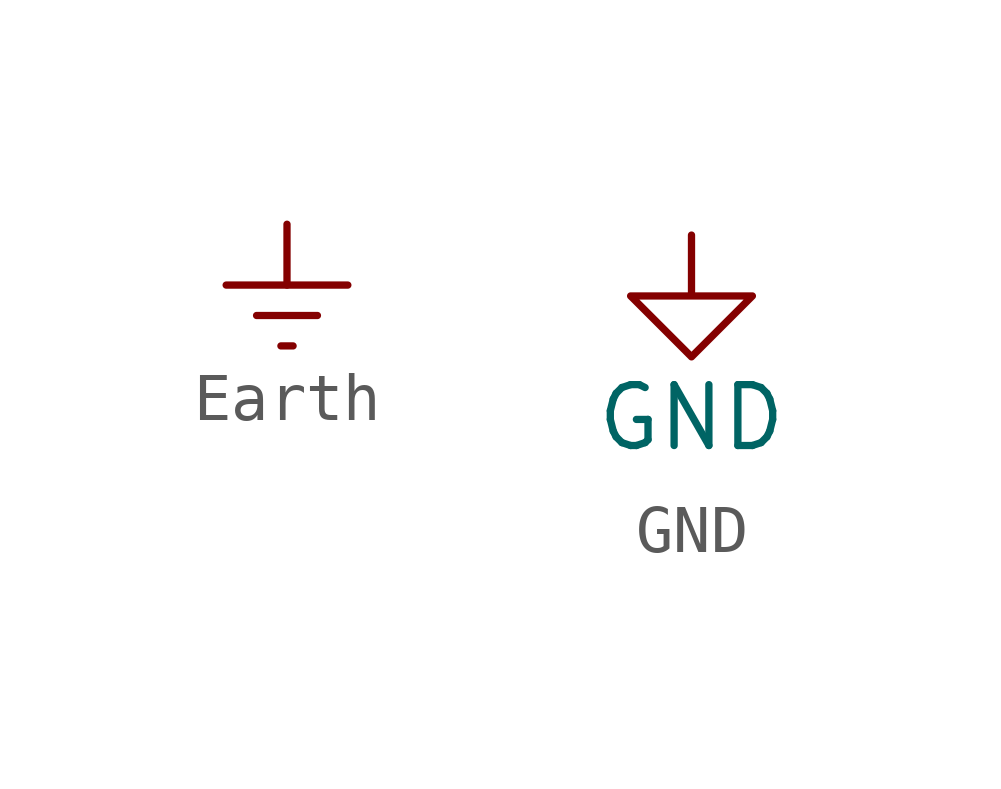
<source format=kicad_sym>
(kicad_symbol_lib
  (version 20211014)
  (generator kicad_symbol_editor)
  (symbol "Earth"
    (power)
    (pin_numbers hide)
    (pin_names
      (offset 0) hide)
    (property "Reference" "#PWR"
      (at 0 -6.35 0)
      (effects (font (size 1.27 1.27)) hide))
    (symbol "Earth_0_1"
      (polyline (pts (xy -0.635 -1.905) (xy 0.635 -1.905)) (stroke (width 0) (type default) (color 0 0 0 0)) (fill (type none)))
      (polyline (pts (xy -0.127 -2.54) (xy 0.127 -2.54)) (stroke (width 0) (type default) (color 0 0 0 0)) (fill (type none)))
      (polyline (pts (xy 0 -1.27) (xy 0 0)) (stroke (width 0) (type default) (color 0 0 0 0)) (fill (type none)))
      (polyline (pts (xy 1.27 -1.27) (xy -1.27 -1.27)) (stroke (width 0) (type default) (color 0 0 0 0)) (fill (type none))))
    (symbol "Earth_1_1"
      (pin power_in line (at 0 0 270) (length 0) hide (name "Earth" (effects (font (size 1.27 1.27)))) (number "1" (effects (font (size 1.27 1.27)))))))
  (symbol "GND"
    (power)
    (pin_numbers hide)
    (pin_names
      (offset 0) hide)
    (property "Reference" "#PWR"
      (at 0 -6.35 0)
      (effects (font (size 1.27 1.27)) hide))
    (property "Value" "GND"
      (at 0 -3.81 0)
      (effects (font (size 1.27 1.27))))
    (symbol "GND_0_1"
      (polyline (pts (xy 0 0) (xy 0 -1.27) (xy 1.27 -1.27) (xy 0 -2.54) (xy -1.27 -1.27) (xy 0 -1.27)) (stroke (width 0) (type default) (color 0 0 0 0)) (fill (type none))))
    (symbol "GND_1_1"
      (pin power_in line (at 0 0 270) (length 0) hide (name "GND" (effects (font (size 1.27 1.27)))) (number "1" (effects (font (size 1.27 1.27))))))))
</source>
